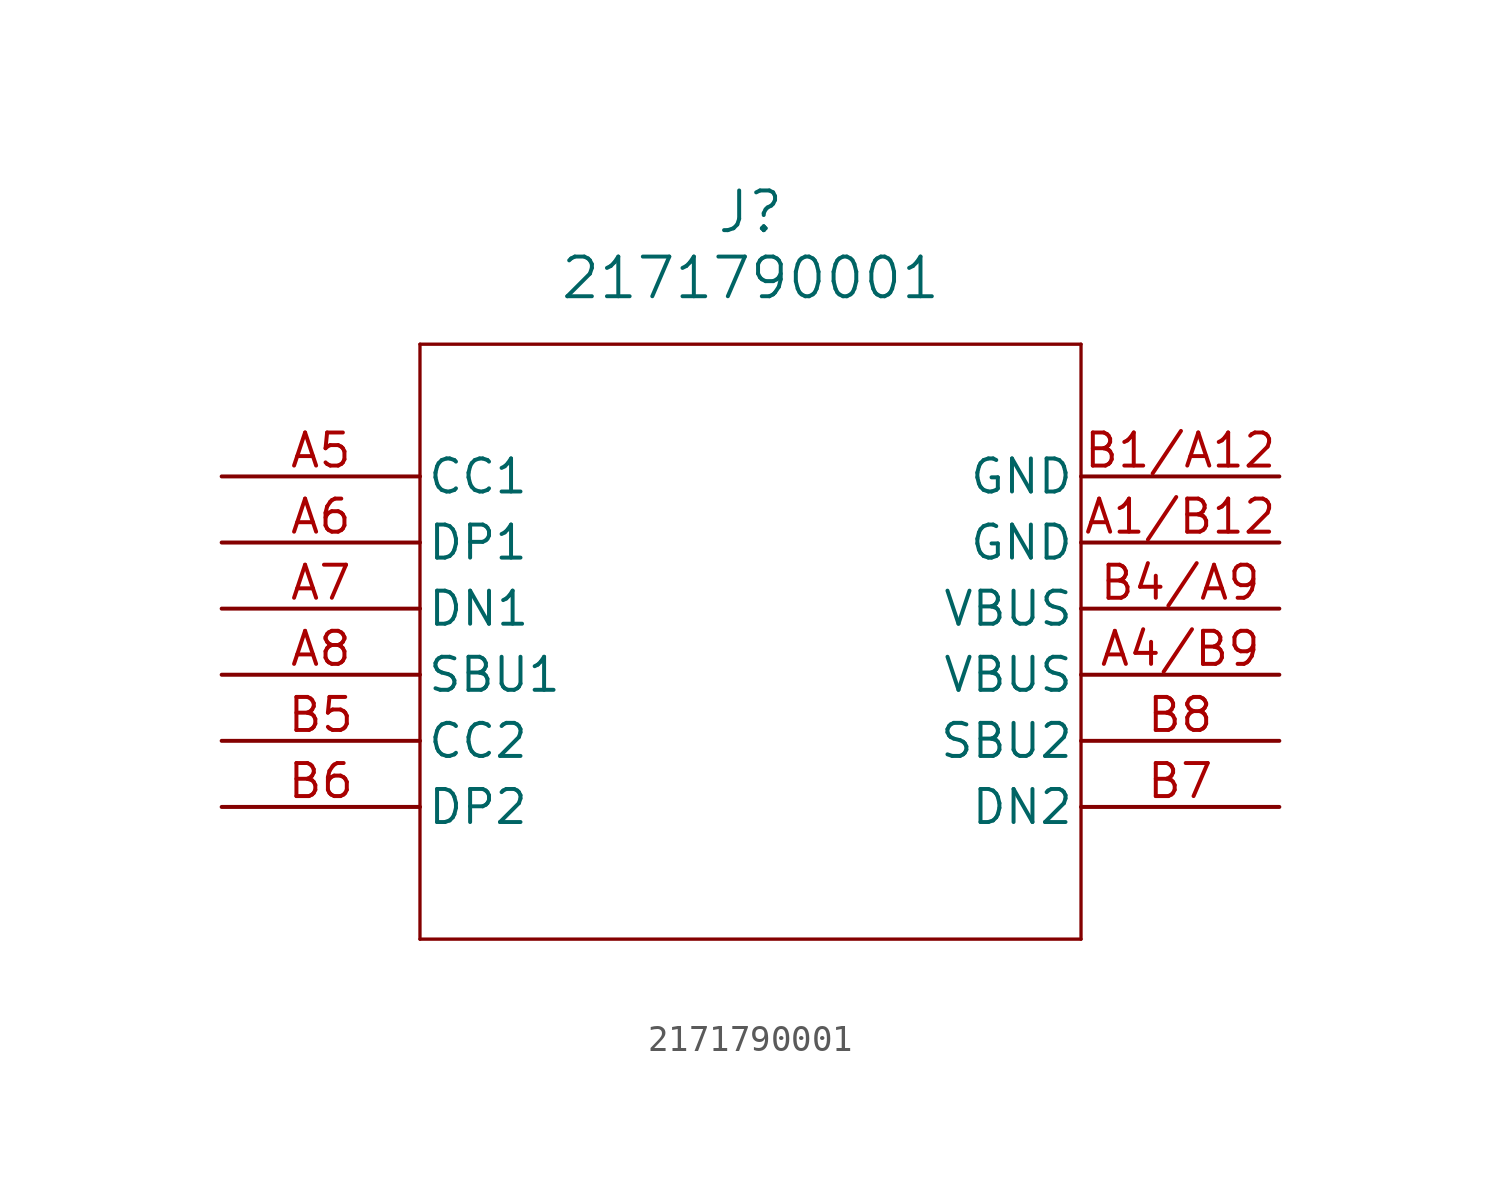
<source format=kicad_sym>
(kicad_symbol_lib
  (version 20211014)
  (generator kicad_symbol_editor)
  (symbol "2171790001"
    (pin_names
      (offset 0.254))
    (property "Reference" "J"
      (at 20.32 10.16 0)
      (effects (font (size 1.524 1.524))))
    (property "Value" "2171790001"
      (at 20.32 7.62 0)
      (effects (font (size 1.524 1.524))))
    (polyline
      (pts (xy 7.62 5.08) (xy 7.62 -17.78))
      (stroke (width 0.127) (type default) (color 0 0 0 0))
      (fill (type none)))
    (polyline
      (pts (xy 7.62 -17.78) (xy 33.02 -17.78))
      (stroke (width 0.127) (type default) (color 0 0 0 0))
      (fill (type none)))
    (polyline
      (pts (xy 33.02 -17.78) (xy 33.02 5.08))
      (stroke (width 0.127) (type default) (color 0 0 0 0))
      (fill (type none)))
    (polyline
      (pts (xy 33.02 5.08) (xy 7.62 5.08))
      (stroke (width 0.127) (type default) (color 0 0 0 0))
      (fill (type none)))
    (pin bidirectional line
      (at 0 0 0)
      (length 7.62)
      (name "CC1" (effects (font (size 1.27 1.27))))
      (number "A5" (effects (font (size 1.27 1.27)))))
    (pin bidirectional line
      (at 0 -2.54 0)
      (length 7.62)
      (name "DP1" (effects (font (size 1.27 1.27))))
      (number "A6" (effects (font (size 1.27 1.27)))))
    (pin bidirectional line
      (at 0 -5.08 0)
      (length 7.62)
      (name "DN1" (effects (font (size 1.27 1.27))))
      (number "A7" (effects (font (size 1.27 1.27)))))
    (pin bidirectional line
      (at 0 -7.62 0)
      (length 7.62)
      (name "SBU1" (effects (font (size 1.27 1.27))))
      (number "A8" (effects (font (size 1.27 1.27)))))
    (pin bidirectional line
      (at 0 -10.16 0)
      (length 7.62)
      (name "CC2" (effects (font (size 1.27 1.27))))
      (number "B5" (effects (font (size 1.27 1.27)))))
    (pin bidirectional line
      (at 0 -12.7 0)
      (length 7.62)
      (name "DP2" (effects (font (size 1.27 1.27))))
      (number "B6" (effects (font (size 1.27 1.27)))))
    (pin bidirectional line
      (at 40.64 -12.7 180)
      (length 7.62)
      (name "DN2" (effects (font (size 1.27 1.27))))
      (number "B7" (effects (font (size 1.27 1.27)))))
    (pin bidirectional line
      (at 40.64 -10.16 180)
      (length 7.62)
      (name "SBU2" (effects (font (size 1.27 1.27))))
      (number "B8" (effects (font (size 1.27 1.27)))))
    (pin power_in line
      (at 40.64 -7.62 180)
      (length 7.62)
      (name "VBUS" (effects (font (size 1.27 1.27))))
      (number "A4/B9" (effects (font (size 1.27 1.27)))))
    (pin power_in line
      (at 40.64 -5.08 180)
      (length 7.62)
      (name "VBUS" (effects (font (size 1.27 1.27))))
      (number "B4/A9" (effects (font (size 1.27 1.27)))))
    (pin power_out line
      (at 40.64 -2.54 180)
      (length 7.62)
      (name "GND" (effects (font (size 1.27 1.27))))
      (number "A1/B12" (effects (font (size 1.27 1.27)))))
    (pin power_out line
      (at 40.64 0 180)
      (length 7.62)
      (name "GND" (effects (font (size 1.27 1.27))))
      (number "B1/A12" (effects (font (size 1.27 1.27)))))))
</source>
